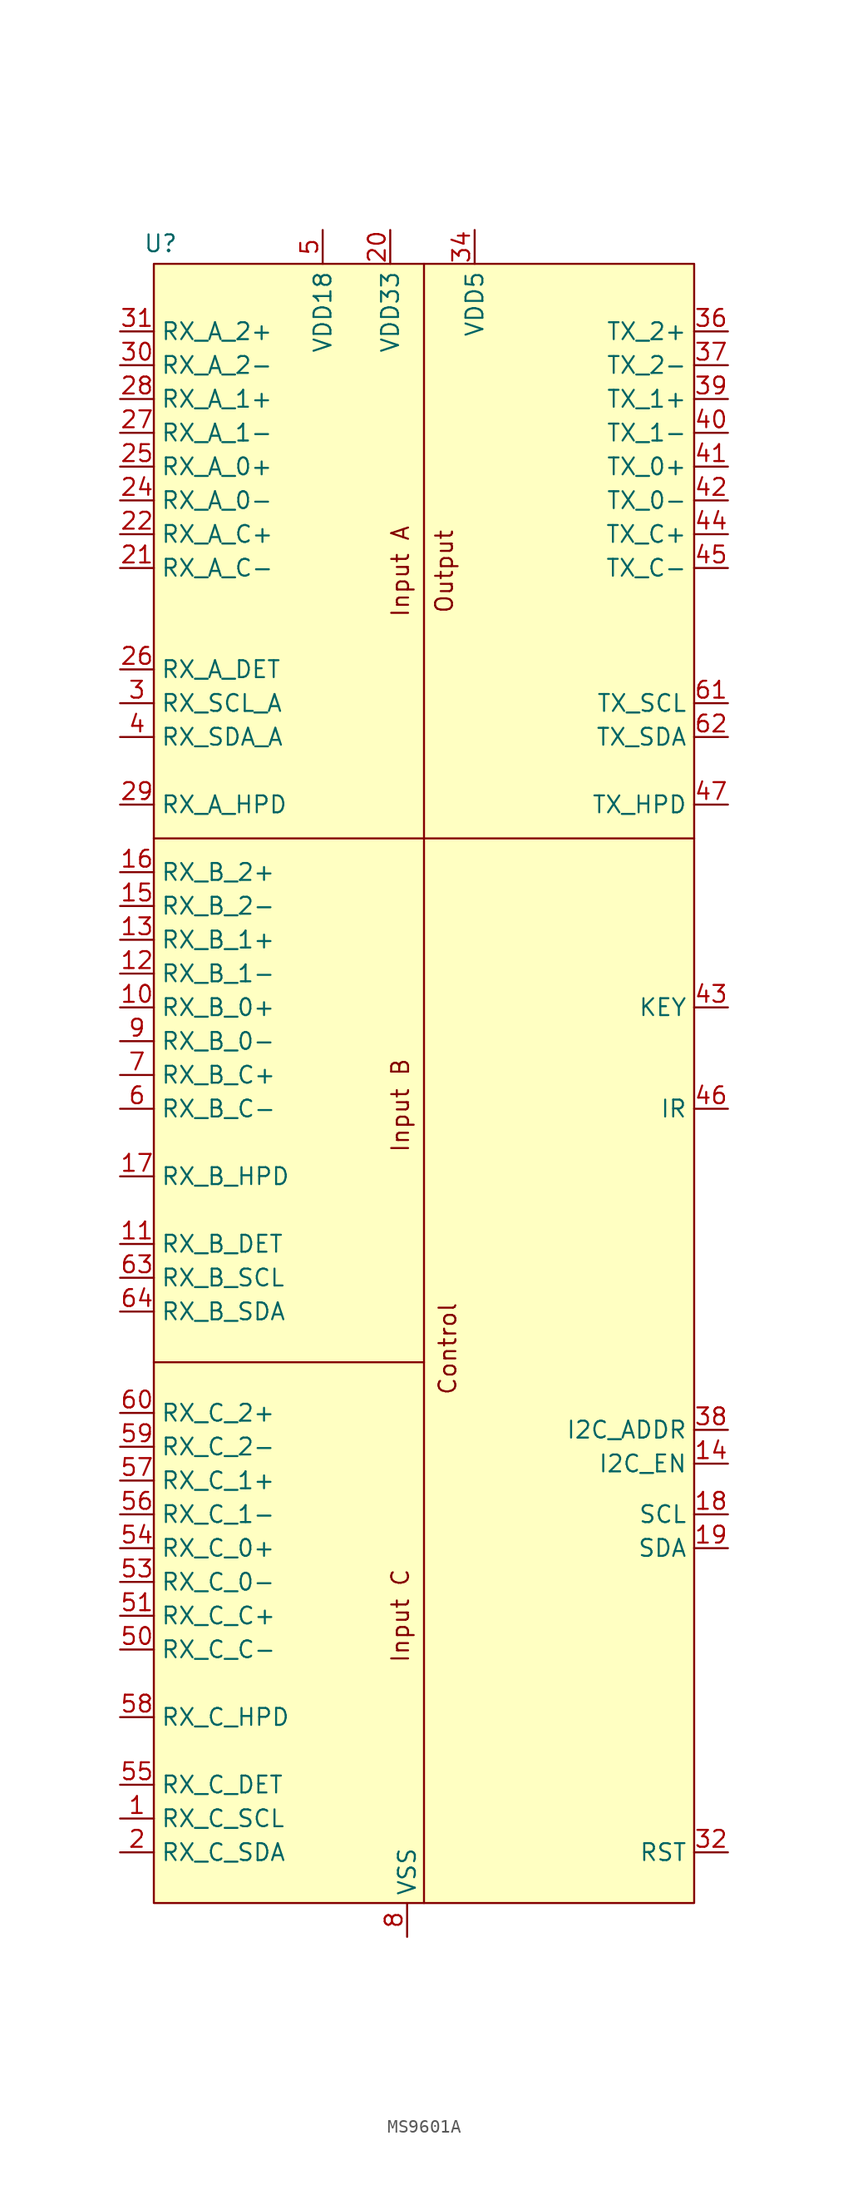
<source format=kicad_sym>
(kicad_symbol_lib
  (version 20241209)
  (generator "kicad_symbol_editor")
  (generator_version "9.0")
  (symbol "MS9601A"
    (property "Reference" "U"
      (at 0.508 1.524 0)
      (effects (font (size 1.27 1.27))))
    (property "Value" ""
      (at 0 0 0)
      (effects (font (size 1.27 1.27))))
    (symbol "MS9601A_0_1"
      (polyline (pts (xy 0 -43.18) (xy 20.32 -43.18) (xy 20.32 0)) (stroke (width 0) (type default)) (fill (type none)))
      (polyline (pts (xy 0 -82.55) (xy 20.32 -82.55)) (stroke (width 0) (type default)) (fill (type none)))
      (polyline (pts (xy 20.32 -43.18) (xy 20.32 -123.19)) (stroke (width 0) (type default)) (fill (type none)))
      (polyline (pts (xy 20.32 -43.18) (xy 40.64 -43.18)) (stroke (width 0) (type default)) (fill (type none))))
    (symbol "MS9601A_1_1"
      (rectangle (start 0 0) (end 40.64 -123.19) (stroke (width 0) (type default)) (fill (type background)))
      (text "Input A" (at 18.542 -23.114 900) (effects (font (size 1.27 1.27))))
      (text "Input B" (at 18.542 -63.246 900) (effects (font (size 1.27 1.27))))
      (text "Input C" (at 18.542 -101.6 900) (effects (font (size 1.27 1.27))))
      (text "Output" (at 21.844 -23.114 900) (effects (font (size 1.27 1.27))))
      (text "Control" (at 22.098 -81.534 900) (effects (font (size 1.27 1.27))))
      (pin bidirectional line (at -2.54 -5.08 0) (length 2.54) (name "RX_A_2+" (effects (font (size 1.27 1.27)))) (number "31" (effects (font (size 1.27 1.27)))))
      (pin bidirectional line (at -2.54 -7.62 0) (length 2.54) (name "RX_A_2-" (effects (font (size 1.27 1.27)))) (number "30" (effects (font (size 1.27 1.27)))))
      (pin bidirectional line (at -2.54 -10.16 0) (length 2.54) (name "RX_A_1+" (effects (font (size 1.27 1.27)))) (number "28" (effects (font (size 1.27 1.27)))))
      (pin bidirectional line (at -2.54 -12.7 0) (length 2.54) (name "RX_A_1-" (effects (font (size 1.27 1.27)))) (number "27" (effects (font (size 1.27 1.27)))))
      (pin bidirectional line (at -2.54 -15.24 0) (length 2.54) (name "RX_A_0+" (effects (font (size 1.27 1.27)))) (number "25" (effects (font (size 1.27 1.27)))))
      (pin bidirectional line (at -2.54 -17.78 0) (length 2.54) (name "RX_A_0-" (effects (font (size 1.27 1.27)))) (number "24" (effects (font (size 1.27 1.27)))))
      (pin bidirectional line (at -2.54 -20.32 0) (length 2.54) (name "RX_A_C+" (effects (font (size 1.27 1.27)))) (number "22" (effects (font (size 1.27 1.27)))))
      (pin bidirectional line (at -2.54 -22.86 0) (length 2.54) (name "RX_A_C-" (effects (font (size 1.27 1.27)))) (number "21" (effects (font (size 1.27 1.27)))))
      (pin bidirectional line (at -2.54 -30.48 0) (length 2.54) (name "RX_A_DET" (effects (font (size 1.27 1.27)))) (number "26" (effects (font (size 1.27 1.27)))))
      (pin bidirectional line (at -2.54 -33.02 0) (length 2.54) (name "RX_SCL_A" (effects (font (size 1.27 1.27)))) (number "3" (effects (font (size 1.27 1.27)))))
      (pin bidirectional line (at -2.54 -35.56 0) (length 2.54) (name "RX_SDA_A" (effects (font (size 1.27 1.27)))) (number "4" (effects (font (size 1.27 1.27)))))
      (pin bidirectional line (at -2.54 -40.64 0) (length 2.54) (name "RX_A_HPD" (effects (font (size 1.27 1.27)))) (number "29" (effects (font (size 1.27 1.27)))))
      (pin bidirectional line (at -2.54 -45.72 0) (length 2.54) (name "RX_B_2+" (effects (font (size 1.27 1.27)))) (number "16" (effects (font (size 1.27 1.27)))))
      (pin bidirectional line (at -2.54 -48.26 0) (length 2.54) (name "RX_B_2-" (effects (font (size 1.27 1.27)))) (number "15" (effects (font (size 1.27 1.27)))))
      (pin bidirectional line (at -2.54 -50.8 0) (length 2.54) (name "RX_B_1+" (effects (font (size 1.27 1.27)))) (number "13" (effects (font (size 1.27 1.27)))))
      (pin bidirectional line (at -2.54 -53.34 0) (length 2.54) (name "RX_B_1-" (effects (font (size 1.27 1.27)))) (number "12" (effects (font (size 1.27 1.27)))))
      (pin bidirectional line (at -2.54 -55.88 0) (length 2.54) (name "RX_B_0+" (effects (font (size 1.27 1.27)))) (number "10" (effects (font (size 1.27 1.27)))))
      (pin bidirectional line (at -2.54 -58.42 0) (length 2.54) (name "RX_B_0-" (effects (font (size 1.27 1.27)))) (number "9" (effects (font (size 1.27 1.27)))))
      (pin bidirectional line (at -2.54 -60.96 0) (length 2.54) (name "RX_B_C+" (effects (font (size 1.27 1.27)))) (number "7" (effects (font (size 1.27 1.27)))))
      (pin bidirectional line (at -2.54 -63.5 0) (length 2.54) (name "RX_B_C-" (effects (font (size 1.27 1.27)))) (number "6" (effects (font (size 1.27 1.27)))))
      (pin bidirectional line (at -2.54 -68.58 0) (length 2.54) (name "RX_B_HPD" (effects (font (size 1.27 1.27)))) (number "17" (effects (font (size 1.27 1.27)))))
      (pin bidirectional line (at -2.54 -73.66 0) (length 2.54) (name "RX_B_DET" (effects (font (size 1.27 1.27)))) (number "11" (effects (font (size 1.27 1.27)))))
      (pin bidirectional line (at -2.54 -76.2 0) (length 2.54) (name "RX_B_SCL" (effects (font (size 1.27 1.27)))) (number "63" (effects (font (size 1.27 1.27)))))
      (pin bidirectional line (at -2.54 -78.74 0) (length 2.54) (name "RX_B_SDA" (effects (font (size 1.27 1.27)))) (number "64" (effects (font (size 1.27 1.27)))))
      (pin bidirectional line (at -2.54 -86.36 0) (length 2.54) (name "RX_C_2+" (effects (font (size 1.27 1.27)))) (number "60" (effects (font (size 1.27 1.27)))))
      (pin bidirectional line (at -2.54 -88.9 0) (length 2.54) (name "RX_C_2-" (effects (font (size 1.27 1.27)))) (number "59" (effects (font (size 1.27 1.27)))))
      (pin bidirectional line (at -2.54 -91.44 0) (length 2.54) (name "RX_C_1+" (effects (font (size 1.27 1.27)))) (number "57" (effects (font (size 1.27 1.27)))))
      (pin bidirectional line (at -2.54 -93.98 0) (length 2.54) (name "RX_C_1-" (effects (font (size 1.27 1.27)))) (number "56" (effects (font (size 1.27 1.27)))))
      (pin bidirectional line (at -2.54 -96.52 0) (length 2.54) (name "RX_C_0+" (effects (font (size 1.27 1.27)))) (number "54" (effects (font (size 1.27 1.27)))))
      (pin bidirectional line (at -2.54 -99.06 0) (length 2.54) (name "RX_C_0-" (effects (font (size 1.27 1.27)))) (number "53" (effects (font (size 1.27 1.27)))))
      (pin bidirectional line (at -2.54 -101.6 0) (length 2.54) (name "RX_C_C+" (effects (font (size 1.27 1.27)))) (number "51" (effects (font (size 1.27 1.27)))))
      (pin bidirectional line (at -2.54 -104.14 0) (length 2.54) (name "RX_C_C-" (effects (font (size 1.27 1.27)))) (number "50" (effects (font (size 1.27 1.27)))))
      (pin bidirectional line (at -2.54 -109.22 0) (length 2.54) (name "RX_C_HPD" (effects (font (size 1.27 1.27)))) (number "58" (effects (font (size 1.27 1.27)))))
      (pin bidirectional line (at -2.54 -114.3 0) (length 2.54) (name "RX_C_DET" (effects (font (size 1.27 1.27)))) (number "55" (effects (font (size 1.27 1.27)))))
      (pin bidirectional line (at -2.54 -116.84 0) (length 2.54) (name "RX_C_SCL" (effects (font (size 1.27 1.27)))) (number "1" (effects (font (size 1.27 1.27)))))
      (pin bidirectional line (at -2.54 -119.38 0) (length 2.54) (name "RX_C_SDA" (effects (font (size 1.27 1.27)))) (number "2" (effects (font (size 1.27 1.27)))))
      (pin bidirectional line (at 12.7 2.54 270) (length 2.54) (hide yes) (name "VDD18" (effects (font (size 1.27 1.27)))) (number "35" (effects (font (size 1.27 1.27)))))
      (pin bidirectional line (at 12.7 2.54 270) (length 2.54) (name "VDD18" (effects (font (size 1.27 1.27)))) (number "5" (effects (font (size 1.27 1.27)))))
      (pin bidirectional line (at 17.78 2.54 270) (length 2.54) (name "VDD33" (effects (font (size 1.27 1.27)))) (number "20" (effects (font (size 1.27 1.27)))))
      (pin bidirectional line (at 17.78 2.54 270) (length 2.54) (hide yes) (name "VDD33" (effects (font (size 1.27 1.27)))) (number "49" (effects (font (size 1.27 1.27)))))
      (pin bidirectional line (at 19.05 -125.73 90) (length 2.54) (hide yes) (name "VSS" (effects (font (size 1.27 1.27)))) (number "23" (effects (font (size 1.27 1.27)))))
      (pin bidirectional line (at 19.05 -125.73 90) (length 2.54) (hide yes) (name "VSS" (effects (font (size 1.27 1.27)))) (number "33" (effects (font (size 1.27 1.27)))))
      (pin bidirectional line (at 19.05 -125.73 90) (length 2.54) (hide yes) (name "VSS" (effects (font (size 1.27 1.27)))) (number "52" (effects (font (size 1.27 1.27)))))
      (pin bidirectional line (at 19.05 -125.73 90) (length 2.54) (name "VSS" (effects (font (size 1.27 1.27)))) (number "8" (effects (font (size 1.27 1.27)))))
      (pin bidirectional line (at 24.13 2.54 270) (length 2.54) (name "VDD5" (effects (font (size 1.27 1.27)))) (number "34" (effects (font (size 1.27 1.27)))))
      (pin bidirectional line (at 24.13 2.54 270) (length 2.54) (hide yes) (name "VDD5" (effects (font (size 1.27 1.27)))) (number "48" (effects (font (size 1.27 1.27)))))
      (pin bidirectional line (at 43.18 -5.08 180) (length 2.54) (name "TX_2+" (effects (font (size 1.27 1.27)))) (number "36" (effects (font (size 1.27 1.27)))))
      (pin bidirectional line (at 43.18 -7.62 180) (length 2.54) (name "TX_2-" (effects (font (size 1.27 1.27)))) (number "37" (effects (font (size 1.27 1.27)))))
      (pin bidirectional line (at 43.18 -10.16 180) (length 2.54) (name "TX_1+" (effects (font (size 1.27 1.27)))) (number "39" (effects (font (size 1.27 1.27)))))
      (pin bidirectional line (at 43.18 -12.7 180) (length 2.54) (name "TX_1-" (effects (font (size 1.27 1.27)))) (number "40" (effects (font (size 1.27 1.27)))))
      (pin bidirectional line (at 43.18 -15.24 180) (length 2.54) (name "TX_0+" (effects (font (size 1.27 1.27)))) (number "41" (effects (font (size 1.27 1.27)))))
      (pin bidirectional line (at 43.18 -17.78 180) (length 2.54) (name "TX_0-" (effects (font (size 1.27 1.27)))) (number "42" (effects (font (size 1.27 1.27)))))
      (pin bidirectional line (at 43.18 -20.32 180) (length 2.54) (name "TX_C+" (effects (font (size 1.27 1.27)))) (number "44" (effects (font (size 1.27 1.27)))))
      (pin bidirectional line (at 43.18 -22.86 180) (length 2.54) (name "TX_C-" (effects (font (size 1.27 1.27)))) (number "45" (effects (font (size 1.27 1.27)))))
      (pin bidirectional line (at 43.18 -33.02 180) (length 2.54) (name "TX_SCL" (effects (font (size 1.27 1.27)))) (number "61" (effects (font (size 1.27 1.27)))))
      (pin bidirectional line (at 43.18 -35.56 180) (length 2.54) (name "TX_SDA" (effects (font (size 1.27 1.27)))) (number "62" (effects (font (size 1.27 1.27)))))
      (pin bidirectional line (at 43.18 -40.64 180) (length 2.54) (name "TX_HPD" (effects (font (size 1.27 1.27)))) (number "47" (effects (font (size 1.27 1.27)))))
      (pin bidirectional line (at 43.18 -55.88 180) (length 2.54) (name "KEY" (effects (font (size 1.27 1.27)))) (number "43" (effects (font (size 1.27 1.27)))))
      (pin bidirectional line (at 43.18 -63.5 180) (length 2.54) (name "IR" (effects (font (size 1.27 1.27)))) (number "46" (effects (font (size 1.27 1.27)))))
      (pin bidirectional line (at 43.18 -87.63 180) (length 2.54) (name "I2C_ADDR" (effects (font (size 1.27 1.27)))) (number "38" (effects (font (size 1.27 1.27)))))
      (pin bidirectional line (at 43.18 -90.17 180) (length 2.54) (name "I2C_EN" (effects (font (size 1.27 1.27)))) (number "14" (effects (font (size 1.27 1.27)))))
      (pin bidirectional line (at 43.18 -93.98 180) (length 2.54) (name "SCL" (effects (font (size 1.27 1.27)))) (number "18" (effects (font (size 1.27 1.27)))))
      (pin bidirectional line (at 43.18 -96.52 180) (length 2.54) (name "SDA" (effects (font (size 1.27 1.27)))) (number "19" (effects (font (size 1.27 1.27)))))
      (pin bidirectional line (at 43.18 -119.38 180) (length 2.54) (name "RST" (effects (font (size 1.27 1.27)))) (number "32" (effects (font (size 1.27 1.27))))))))
</source>
